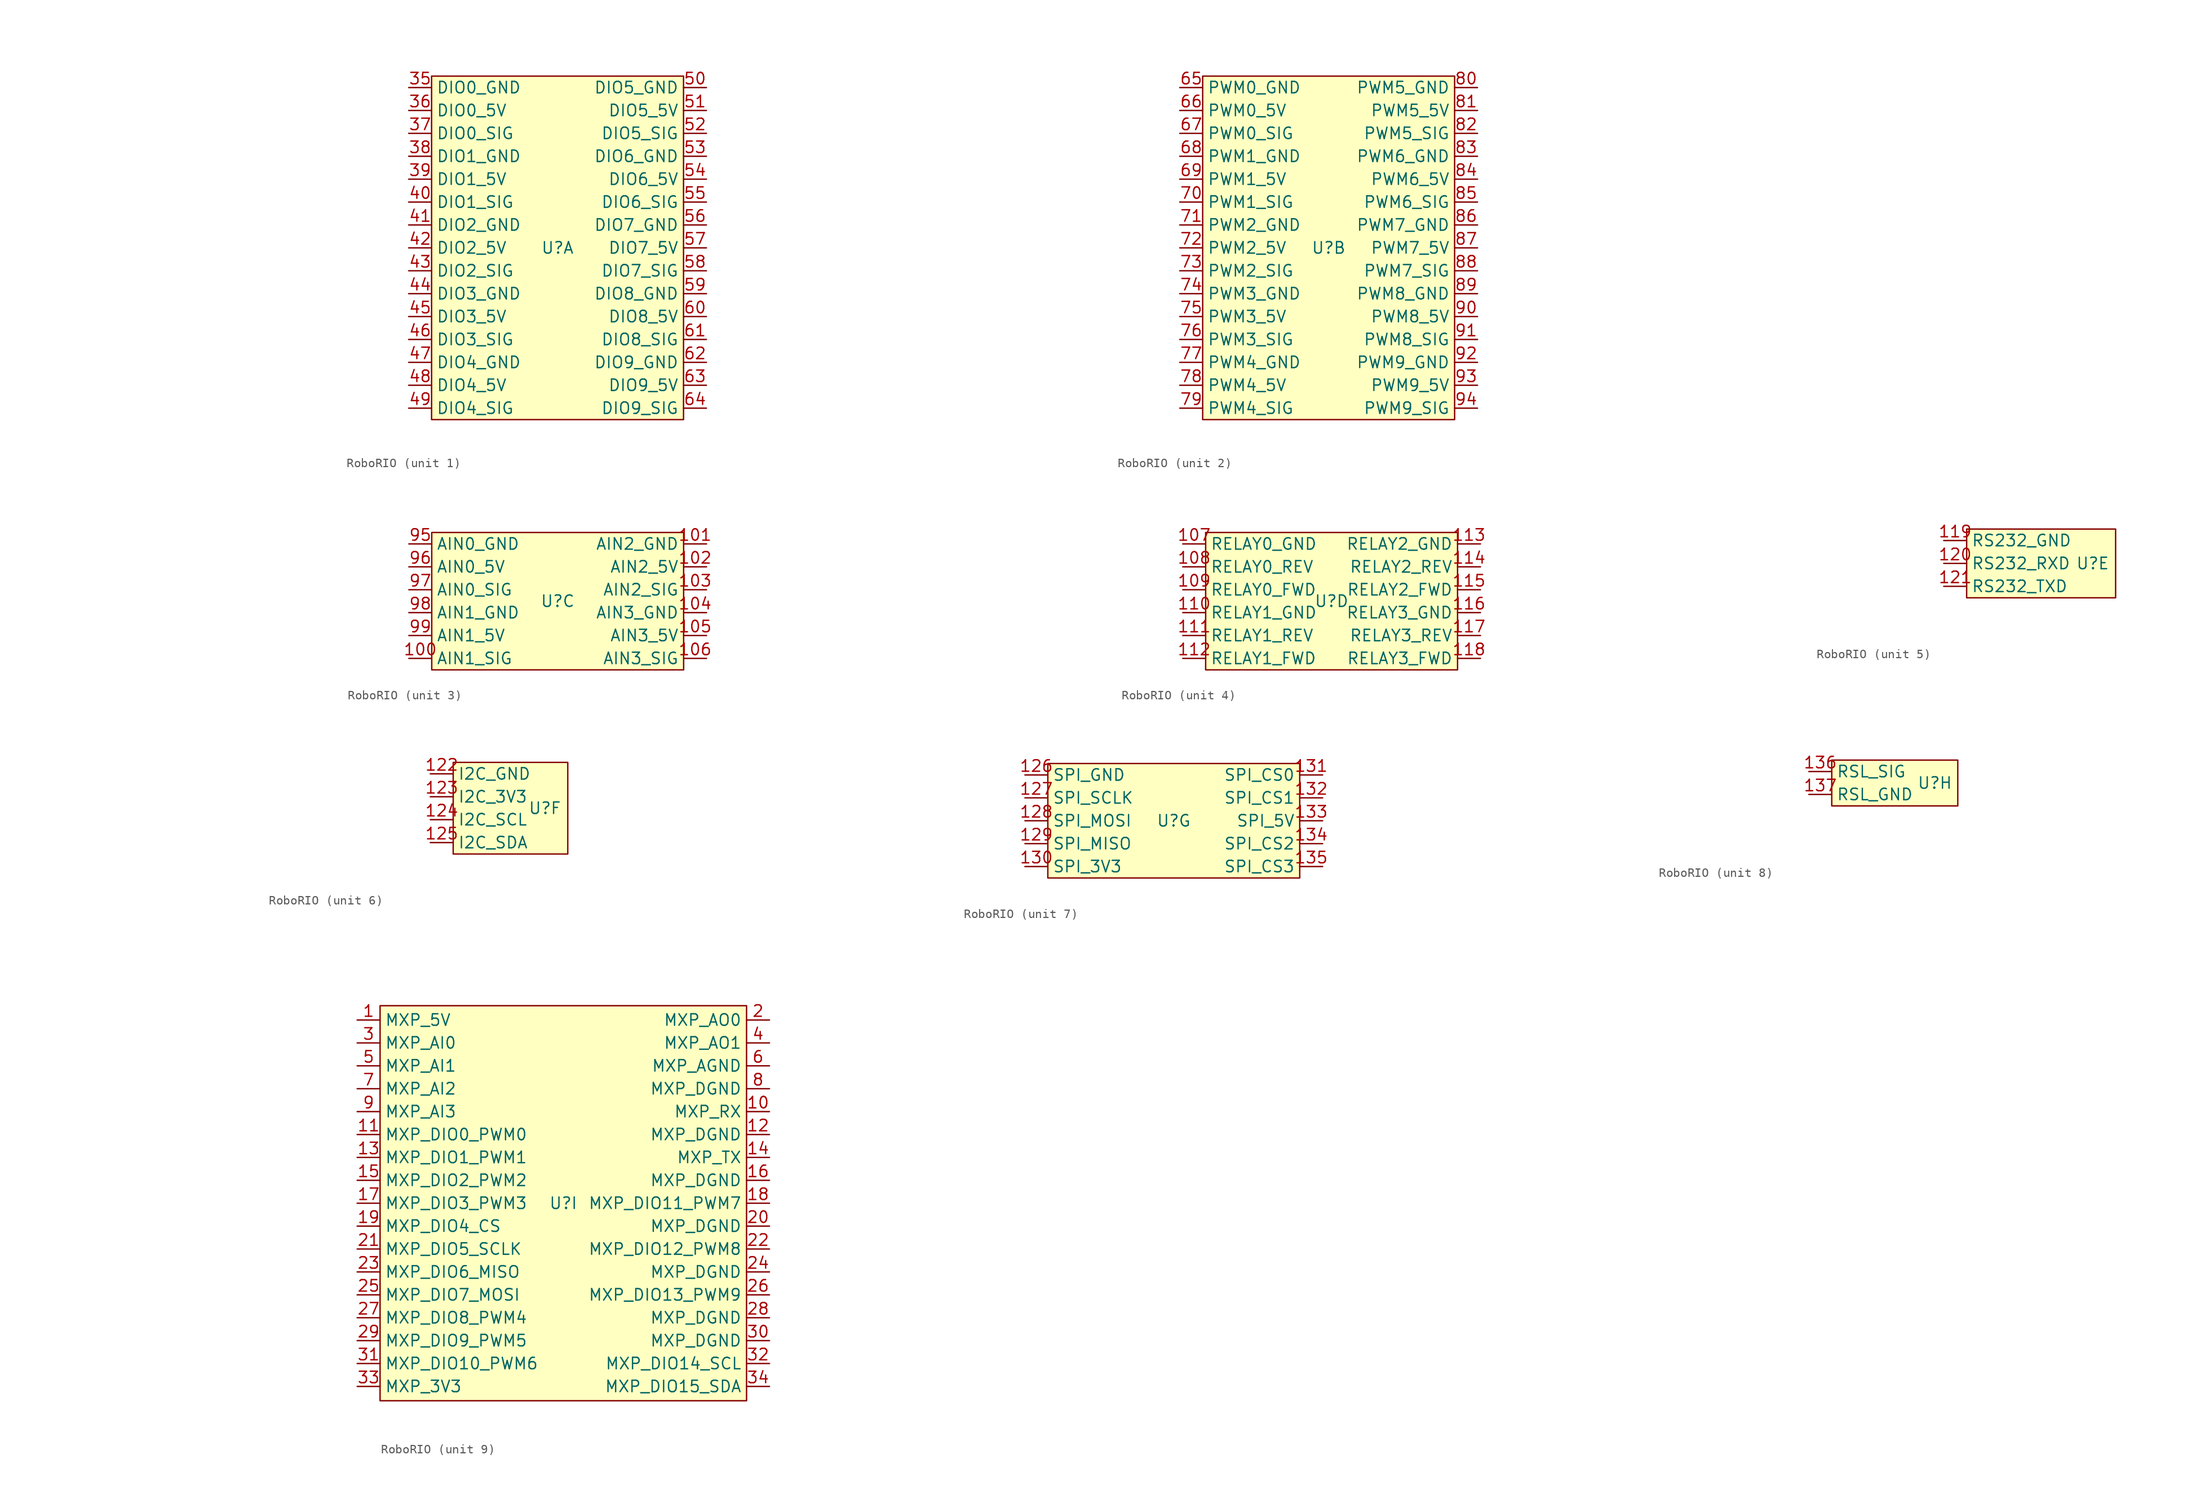
<source format=kicad_sym>
(kicad_symbol_lib
  (version 20241209)
  (generator "kicad_symbol_editor")
  (generator_version "9.0")
  (symbol "RoboRIO"
    (property "Reference" "U"
      (at 0 0 0)
      (effects (font (size 1.27 1.27))))
    (property "Value" ""
      (at -50.8 -7.62 0)
      (effects (font (size 1.27 1.27))))
    (property "ki_locked" ""
      (at 0 0 0)
      (effects (font (size 1.27 1.27))))
    (symbol "RoboRIO_1_1"
      (rectangle (start -13.97 19.05) (end 13.97 -19.05) (stroke (width 0) (type default)) (fill (type background)))
      (pin power_in line (at -16.51 17.78 0) (length 2.54) (name "DIO0_GND" (effects (font (size 1.27 1.27)))) (number "35" (effects (font (size 1.27 1.27)))))
      (pin output line (at -16.51 15.24 0) (length 2.54) (name "DIO0_5V" (effects (font (size 1.27 1.27)))) (number "36" (effects (font (size 1.27 1.27)))))
      (pin tri_state line (at -16.51 12.7 0) (length 2.54) (name "DIO0_SIG" (effects (font (size 1.27 1.27)))) (number "37" (effects (font (size 1.27 1.27)))))
      (pin power_in line (at -16.51 10.16 0) (length 2.54) (name "DIO1_GND" (effects (font (size 1.27 1.27)))) (number "38" (effects (font (size 1.27 1.27)))))
      (pin output line (at -16.51 7.62 0) (length 2.54) (name "DIO1_5V" (effects (font (size 1.27 1.27)))) (number "39" (effects (font (size 1.27 1.27)))))
      (pin tri_state line (at -16.51 5.08 0) (length 2.54) (name "DIO1_SIG" (effects (font (size 1.27 1.27)))) (number "40" (effects (font (size 1.27 1.27)))))
      (pin power_in line (at -16.51 2.54 0) (length 2.54) (name "DIO2_GND" (effects (font (size 1.27 1.27)))) (number "41" (effects (font (size 1.27 1.27)))))
      (pin output line (at -16.51 0 0) (length 2.54) (name "DIO2_5V" (effects (font (size 1.27 1.27)))) (number "42" (effects (font (size 1.27 1.27)))))
      (pin tri_state line (at -16.51 -2.54 0) (length 2.54) (name "DIO2_SIG" (effects (font (size 1.27 1.27)))) (number "43" (effects (font (size 1.27 1.27)))))
      (pin power_in line (at -16.51 -5.08 0) (length 2.54) (name "DIO3_GND" (effects (font (size 1.27 1.27)))) (number "44" (effects (font (size 1.27 1.27)))))
      (pin output line (at -16.51 -7.62 0) (length 2.54) (name "DIO3_5V" (effects (font (size 1.27 1.27)))) (number "45" (effects (font (size 1.27 1.27)))))
      (pin tri_state line (at -16.51 -10.16 0) (length 2.54) (name "DIO3_SIG" (effects (font (size 1.27 1.27)))) (number "46" (effects (font (size 1.27 1.27)))))
      (pin power_in line (at -16.51 -12.7 0) (length 2.54) (name "DIO4_GND" (effects (font (size 1.27 1.27)))) (number "47" (effects (font (size 1.27 1.27)))))
      (pin output line (at -16.51 -15.24 0) (length 2.54) (name "DIO4_5V" (effects (font (size 1.27 1.27)))) (number "48" (effects (font (size 1.27 1.27)))))
      (pin tri_state line (at -16.51 -17.78 0) (length 2.54) (name "DIO4_SIG" (effects (font (size 1.27 1.27)))) (number "49" (effects (font (size 1.27 1.27)))))
      (pin power_in line (at 16.51 17.78 180) (length 2.54) (name "DIO5_GND" (effects (font (size 1.27 1.27)))) (number "50" (effects (font (size 1.27 1.27)))))
      (pin output line (at 16.51 15.24 180) (length 2.54) (name "DIO5_5V" (effects (font (size 1.27 1.27)))) (number "51" (effects (font (size 1.27 1.27)))))
      (pin tri_state line (at 16.51 12.7 180) (length 2.54) (name "DIO5_SIG" (effects (font (size 1.27 1.27)))) (number "52" (effects (font (size 1.27 1.27)))))
      (pin power_in line (at 16.51 10.16 180) (length 2.54) (name "DIO6_GND" (effects (font (size 1.27 1.27)))) (number "53" (effects (font (size 1.27 1.27)))))
      (pin output line (at 16.51 7.62 180) (length 2.54) (name "DIO6_5V" (effects (font (size 1.27 1.27)))) (number "54" (effects (font (size 1.27 1.27)))))
      (pin tri_state line (at 16.51 5.08 180) (length 2.54) (name "DIO6_SIG" (effects (font (size 1.27 1.27)))) (number "55" (effects (font (size 1.27 1.27)))))
      (pin power_in line (at 16.51 2.54 180) (length 2.54) (name "DIO7_GND" (effects (font (size 1.27 1.27)))) (number "56" (effects (font (size 1.27 1.27)))))
      (pin output line (at 16.51 0 180) (length 2.54) (name "DIO7_5V" (effects (font (size 1.27 1.27)))) (number "57" (effects (font (size 1.27 1.27)))))
      (pin tri_state line (at 16.51 -2.54 180) (length 2.54) (name "DIO7_SIG" (effects (font (size 1.27 1.27)))) (number "58" (effects (font (size 1.27 1.27)))))
      (pin power_in line (at 16.51 -5.08 180) (length 2.54) (name "DIO8_GND" (effects (font (size 1.27 1.27)))) (number "59" (effects (font (size 1.27 1.27)))))
      (pin output line (at 16.51 -7.62 180) (length 2.54) (name "DIO8_5V" (effects (font (size 1.27 1.27)))) (number "60" (effects (font (size 1.27 1.27)))))
      (pin tri_state line (at 16.51 -10.16 180) (length 2.54) (name "DIO8_SIG" (effects (font (size 1.27 1.27)))) (number "61" (effects (font (size 1.27 1.27)))))
      (pin power_in line (at 16.51 -12.7 180) (length 2.54) (name "DIO9_GND" (effects (font (size 1.27 1.27)))) (number "62" (effects (font (size 1.27 1.27)))))
      (pin output line (at 16.51 -15.24 180) (length 2.54) (name "DIO9_5V" (effects (font (size 1.27 1.27)))) (number "63" (effects (font (size 1.27 1.27)))))
      (pin tri_state line (at 16.51 -17.78 180) (length 2.54) (name "DIO9_SIG" (effects (font (size 1.27 1.27)))) (number "64" (effects (font (size 1.27 1.27))))))
    (symbol "RoboRIO_2_1"
      (rectangle (start -13.97 19.05) (end 13.97 -19.05) (stroke (width 0) (type default)) (fill (type background)))
      (pin power_in line (at -16.51 17.78 0) (length 2.54) (name "PWM0_GND" (effects (font (size 1.27 1.27)))) (number "65" (effects (font (size 1.27 1.27)))))
      (pin output line (at -16.51 15.24 0) (length 2.54) (name "PWM0_5V" (effects (font (size 1.27 1.27)))) (number "66" (effects (font (size 1.27 1.27)))))
      (pin output line (at -16.51 12.7 0) (length 2.54) (name "PWM0_SIG" (effects (font (size 1.27 1.27)))) (number "67" (effects (font (size 1.27 1.27)))))
      (pin power_in line (at -16.51 10.16 0) (length 2.54) (name "PWM1_GND" (effects (font (size 1.27 1.27)))) (number "68" (effects (font (size 1.27 1.27)))))
      (pin output line (at -16.51 7.62 0) (length 2.54) (name "PWM1_5V" (effects (font (size 1.27 1.27)))) (number "69" (effects (font (size 1.27 1.27)))))
      (pin output line (at -16.51 5.08 0) (length 2.54) (name "PWM1_SIG" (effects (font (size 1.27 1.27)))) (number "70" (effects (font (size 1.27 1.27)))))
      (pin power_in line (at -16.51 2.54 0) (length 2.54) (name "PWM2_GND" (effects (font (size 1.27 1.27)))) (number "71" (effects (font (size 1.27 1.27)))))
      (pin output line (at -16.51 0 0) (length 2.54) (name "PWM2_5V" (effects (font (size 1.27 1.27)))) (number "72" (effects (font (size 1.27 1.27)))))
      (pin output line (at -16.51 -2.54 0) (length 2.54) (name "PWM2_SIG" (effects (font (size 1.27 1.27)))) (number "73" (effects (font (size 1.27 1.27)))))
      (pin power_in line (at -16.51 -5.08 0) (length 2.54) (name "PWM3_GND" (effects (font (size 1.27 1.27)))) (number "74" (effects (font (size 1.27 1.27)))))
      (pin output line (at -16.51 -7.62 0) (length 2.54) (name "PWM3_5V" (effects (font (size 1.27 1.27)))) (number "75" (effects (font (size 1.27 1.27)))))
      (pin output line (at -16.51 -10.16 0) (length 2.54) (name "PWM3_SIG" (effects (font (size 1.27 1.27)))) (number "76" (effects (font (size 1.27 1.27)))))
      (pin power_in line (at -16.51 -12.7 0) (length 2.54) (name "PWM4_GND" (effects (font (size 1.27 1.27)))) (number "77" (effects (font (size 1.27 1.27)))))
      (pin output line (at -16.51 -15.24 0) (length 2.54) (name "PWM4_5V" (effects (font (size 1.27 1.27)))) (number "78" (effects (font (size 1.27 1.27)))))
      (pin output line (at -16.51 -17.78 0) (length 2.54) (name "PWM4_SIG" (effects (font (size 1.27 1.27)))) (number "79" (effects (font (size 1.27 1.27)))))
      (pin power_in line (at 16.51 17.78 180) (length 2.54) (name "PWM5_GND" (effects (font (size 1.27 1.27)))) (number "80" (effects (font (size 1.27 1.27)))))
      (pin output line (at 16.51 15.24 180) (length 2.54) (name "PWM5_5V" (effects (font (size 1.27 1.27)))) (number "81" (effects (font (size 1.27 1.27)))))
      (pin output line (at 16.51 12.7 180) (length 2.54) (name "PWM5_SIG" (effects (font (size 1.27 1.27)))) (number "82" (effects (font (size 1.27 1.27)))))
      (pin power_in line (at 16.51 10.16 180) (length 2.54) (name "PWM6_GND" (effects (font (size 1.27 1.27)))) (number "83" (effects (font (size 1.27 1.27)))))
      (pin output line (at 16.51 7.62 180) (length 2.54) (name "PWM6_5V" (effects (font (size 1.27 1.27)))) (number "84" (effects (font (size 1.27 1.27)))))
      (pin output line (at 16.51 5.08 180) (length 2.54) (name "PWM6_SIG" (effects (font (size 1.27 1.27)))) (number "85" (effects (font (size 1.27 1.27)))))
      (pin power_in line (at 16.51 2.54 180) (length 2.54) (name "PWM7_GND" (effects (font (size 1.27 1.27)))) (number "86" (effects (font (size 1.27 1.27)))))
      (pin output line (at 16.51 0 180) (length 2.54) (name "PWM7_5V" (effects (font (size 1.27 1.27)))) (number "87" (effects (font (size 1.27 1.27)))))
      (pin output line (at 16.51 -2.54 180) (length 2.54) (name "PWM7_SIG" (effects (font (size 1.27 1.27)))) (number "88" (effects (font (size 1.27 1.27)))))
      (pin power_in line (at 16.51 -5.08 180) (length 2.54) (name "PWM8_GND" (effects (font (size 1.27 1.27)))) (number "89" (effects (font (size 1.27 1.27)))))
      (pin output line (at 16.51 -7.62 180) (length 2.54) (name "PWM8_5V" (effects (font (size 1.27 1.27)))) (number "90" (effects (font (size 1.27 1.27)))))
      (pin output line (at 16.51 -10.16 180) (length 2.54) (name "PWM8_SIG" (effects (font (size 1.27 1.27)))) (number "91" (effects (font (size 1.27 1.27)))))
      (pin power_in line (at 16.51 -12.7 180) (length 2.54) (name "PWM9_GND" (effects (font (size 1.27 1.27)))) (number "92" (effects (font (size 1.27 1.27)))))
      (pin output line (at 16.51 -15.24 180) (length 2.54) (name "PWM9_5V" (effects (font (size 1.27 1.27)))) (number "93" (effects (font (size 1.27 1.27)))))
      (pin output line (at 16.51 -17.78 180) (length 2.54) (name "PWM9_SIG" (effects (font (size 1.27 1.27)))) (number "94" (effects (font (size 1.27 1.27))))))
    (symbol "RoboRIO_3_1"
      (rectangle (start -13.97 7.62) (end 13.97 -7.62) (stroke (width 0) (type default)) (fill (type background)))
      (pin power_in line (at -16.51 6.35 0) (length 2.54) (name "AIN0_GND" (effects (font (size 1.27 1.27)))) (number "95" (effects (font (size 1.27 1.27)))))
      (pin output line (at -16.51 3.81 0) (length 2.54) (name "AIN0_5V" (effects (font (size 1.27 1.27)))) (number "96" (effects (font (size 1.27 1.27)))))
      (pin input line (at -16.51 1.27 0) (length 2.54) (name "AIN0_SIG" (effects (font (size 1.27 1.27)))) (number "97" (effects (font (size 1.27 1.27)))))
      (pin power_in line (at -16.51 -1.27 0) (length 2.54) (name "AIN1_GND" (effects (font (size 1.27 1.27)))) (number "98" (effects (font (size 1.27 1.27)))))
      (pin output line (at -16.51 -3.81 0) (length 2.54) (name "AIN1_5V" (effects (font (size 1.27 1.27)))) (number "99" (effects (font (size 1.27 1.27)))))
      (pin input line (at -16.51 -6.35 0) (length 2.54) (name "AIN1_SIG" (effects (font (size 1.27 1.27)))) (number "100" (effects (font (size 1.27 1.27)))))
      (pin power_in line (at 16.51 6.35 180) (length 2.54) (name "AIN2_GND" (effects (font (size 1.27 1.27)))) (number "101" (effects (font (size 1.27 1.27)))))
      (pin output line (at 16.51 3.81 180) (length 2.54) (name "AIN2_5V" (effects (font (size 1.27 1.27)))) (number "102" (effects (font (size 1.27 1.27)))))
      (pin input line (at 16.51 1.27 180) (length 2.54) (name "AIN2_SIG" (effects (font (size 1.27 1.27)))) (number "103" (effects (font (size 1.27 1.27)))))
      (pin power_in line (at 16.51 -1.27 180) (length 2.54) (name "AIN3_GND" (effects (font (size 1.27 1.27)))) (number "104" (effects (font (size 1.27 1.27)))))
      (pin output line (at 16.51 -3.81 180) (length 2.54) (name "AIN3_5V" (effects (font (size 1.27 1.27)))) (number "105" (effects (font (size 1.27 1.27)))))
      (pin input line (at 16.51 -6.35 180) (length 2.54) (name "AIN3_SIG" (effects (font (size 1.27 1.27)))) (number "106" (effects (font (size 1.27 1.27))))))
    (symbol "RoboRIO_4_1"
      (rectangle (start -13.97 7.62) (end 13.97 -7.62) (stroke (width 0) (type default)) (fill (type background)))
      (pin power_in line (at -16.51 6.35 0) (length 2.54) (name "RELAY0_GND" (effects (font (size 1.27 1.27)))) (number "107" (effects (font (size 1.27 1.27)))))
      (pin output line (at -16.51 3.81 0) (length 2.54) (name "RELAY0_REV" (effects (font (size 1.27 1.27)))) (number "108" (effects (font (size 1.27 1.27)))))
      (pin output line (at -16.51 1.27 0) (length 2.54) (name "RELAY0_FWD" (effects (font (size 1.27 1.27)))) (number "109" (effects (font (size 1.27 1.27)))))
      (pin power_in line (at -16.51 -1.27 0) (length 2.54) (name "RELAY1_GND" (effects (font (size 1.27 1.27)))) (number "110" (effects (font (size 1.27 1.27)))))
      (pin output line (at -16.51 -3.81 0) (length 2.54) (name "RELAY1_REV" (effects (font (size 1.27 1.27)))) (number "111" (effects (font (size 1.27 1.27)))))
      (pin output line (at -16.51 -6.35 0) (length 2.54) (name "RELAY1_FWD" (effects (font (size 1.27 1.27)))) (number "112" (effects (font (size 1.27 1.27)))))
      (pin power_in line (at 16.51 6.35 180) (length 2.54) (name "RELAY2_GND" (effects (font (size 1.27 1.27)))) (number "113" (effects (font (size 1.27 1.27)))))
      (pin output line (at 16.51 3.81 180) (length 2.54) (name "RELAY2_REV" (effects (font (size 1.27 1.27)))) (number "114" (effects (font (size 1.27 1.27)))))
      (pin output line (at 16.51 1.27 180) (length 2.54) (name "RELAY2_FWD" (effects (font (size 1.27 1.27)))) (number "115" (effects (font (size 1.27 1.27)))))
      (pin power_in line (at 16.51 -1.27 180) (length 2.54) (name "RELAY3_GND" (effects (font (size 1.27 1.27)))) (number "116" (effects (font (size 1.27 1.27)))))
      (pin output line (at 16.51 -3.81 180) (length 2.54) (name "RELAY3_REV" (effects (font (size 1.27 1.27)))) (number "117" (effects (font (size 1.27 1.27)))))
      (pin output line (at 16.51 -6.35 180) (length 2.54) (name "RELAY3_FWD" (effects (font (size 1.27 1.27)))) (number "118" (effects (font (size 1.27 1.27))))))
    (symbol "RoboRIO_5_1"
      (rectangle (start -13.97 3.81) (end 2.54 -3.81) (stroke (width 0) (type default)) (fill (type background)))
      (pin power_in line (at -16.51 2.54 0) (length 2.54) (name "RS232_GND" (effects (font (size 1.27 1.27)))) (number "119" (effects (font (size 1.27 1.27)))))
      (pin output line (at -16.51 0 0) (length 2.54) (name "RS232_RXD" (effects (font (size 1.27 1.27)))) (number "120" (effects (font (size 1.27 1.27)))))
      (pin input line (at -16.51 -2.54 0) (length 2.54) (name "RS232_TXD" (effects (font (size 1.27 1.27)))) (number "121" (effects (font (size 1.27 1.27))))))
    (symbol "RoboRIO_6_1"
      (rectangle (start -10.16 5.08) (end 2.54 -5.08) (stroke (width 0) (type default)) (fill (type background)))
      (pin power_in line (at -12.7 3.81 0) (length 2.54) (name "I2C_GND" (effects (font (size 1.27 1.27)))) (number "122" (effects (font (size 1.27 1.27)))))
      (pin power_out line (at -12.7 1.27 0) (length 2.54) (name "I2C_3V3" (effects (font (size 1.27 1.27)))) (number "123" (effects (font (size 1.27 1.27)))))
      (pin open_collector line (at -12.7 -1.27 0) (length 2.54) (name "I2C_SCL" (effects (font (size 1.27 1.27)))) (number "124" (effects (font (size 1.27 1.27)))))
      (pin open_collector line (at -12.7 -3.81 0) (length 2.54) (name "I2C_SDA" (effects (font (size 1.27 1.27)))) (number "125" (effects (font (size 1.27 1.27))))))
    (symbol "RoboRIO_7_1"
      (rectangle (start -13.97 6.35) (end 13.97 -6.35) (stroke (width 0) (type default)) (fill (type background)))
      (pin power_in line (at -16.51 5.08 0) (length 2.54) (name "SPI_GND" (effects (font (size 1.27 1.27)))) (number "126" (effects (font (size 1.27 1.27)))))
      (pin output line (at -16.51 2.54 0) (length 2.54) (name "SPI_SCLK" (effects (font (size 1.27 1.27)))) (number "127" (effects (font (size 1.27 1.27)))))
      (pin output line (at -16.51 0 0) (length 2.54) (name "SPI_MOSI" (effects (font (size 1.27 1.27)))) (number "128" (effects (font (size 1.27 1.27)))))
      (pin output line (at -16.51 -2.54 0) (length 2.54) (name "SPI_MISO" (effects (font (size 1.27 1.27)))) (number "129" (effects (font (size 1.27 1.27)))))
      (pin power_out line (at -16.51 -5.08 0) (length 2.54) (name "SPI_3V3" (effects (font (size 1.27 1.27)))) (number "130" (effects (font (size 1.27 1.27)))))
      (pin output line (at 16.51 5.08 180) (length 2.54) (name "SPI_CS0" (effects (font (size 1.27 1.27)))) (number "131" (effects (font (size 1.27 1.27)))))
      (pin output line (at 16.51 2.54 180) (length 2.54) (name "SPI_CS1" (effects (font (size 1.27 1.27)))) (number "132" (effects (font (size 1.27 1.27)))))
      (pin power_out line (at 16.51 0 180) (length 2.54) (name "SPI_5V" (effects (font (size 1.27 1.27)))) (number "133" (effects (font (size 1.27 1.27)))))
      (pin output line (at 16.51 -2.54 180) (length 2.54) (name "SPI_CS2" (effects (font (size 1.27 1.27)))) (number "134" (effects (font (size 1.27 1.27)))))
      (pin output line (at 16.51 -5.08 180) (length 2.54) (name "SPI_CS3" (effects (font (size 1.27 1.27)))) (number "135" (effects (font (size 1.27 1.27))))))
    (symbol "RoboRIO_8_1"
      (rectangle (start -11.43 2.54) (end 2.54 -2.54) (stroke (width 0) (type default)) (fill (type background)))
      (pin power_out line (at -13.97 1.27 0) (length 2.54) (name "RSL_SIG" (effects (font (size 1.27 1.27)))) (number "136" (effects (font (size 1.27 1.27)))))
      (pin power_out line (at -13.97 -1.27 0) (length 2.54) (name "RSL_GND" (effects (font (size 1.27 1.27)))) (number "137" (effects (font (size 1.27 1.27))))))
    (symbol "RoboRIO_9_1"
      (rectangle (start -20.32 21.907) (end 20.32 -21.907) (stroke (width 0) (type default)) (fill (type background)))
      (pin power_out line (at -22.86 20.32 0) (length 2.54) (name "MXP_5V" (effects (font (size 1.27 1.27)))) (number "1" (effects (font (size 1.27 1.27)))))
      (pin input line (at -22.86 17.78 0) (length 2.54) (name "MXP_AI0" (effects (font (size 1.27 1.27)))) (number "3" (effects (font (size 1.27 1.27)))))
      (pin input line (at -22.86 15.24 0) (length 2.54) (name "MXP_AI1" (effects (font (size 1.27 1.27)))) (number "5" (effects (font (size 1.27 1.27)))))
      (pin input line (at -22.86 12.7 0) (length 2.54) (name "MXP_AI2" (effects (font (size 1.27 1.27)))) (number "7" (effects (font (size 1.27 1.27)))))
      (pin input line (at -22.86 10.16 0) (length 2.54) (name "MXP_AI3" (effects (font (size 1.27 1.27)))) (number "9" (effects (font (size 1.27 1.27)))))
      (pin tri_state line (at -22.86 7.62 0) (length 2.54) (name "MXP_DIO0_PWM0" (effects (font (size 1.27 1.27)))) (number "11" (effects (font (size 1.27 1.27)))))
      (pin tri_state line (at -22.86 5.08 0) (length 2.54) (name "MXP_DIO1_PWM1" (effects (font (size 1.27 1.27)))) (number "13" (effects (font (size 1.27 1.27)))))
      (pin tri_state line (at -22.86 2.54 0) (length 2.54) (name "MXP_DIO2_PWM2" (effects (font (size 1.27 1.27)))) (number "15" (effects (font (size 1.27 1.27)))))
      (pin tri_state line (at -22.86 0 0) (length 2.54) (name "MXP_DIO3_PWM3" (effects (font (size 1.27 1.27)))) (number "17" (effects (font (size 1.27 1.27)))))
      (pin tri_state line (at -22.86 -2.54 0) (length 2.54) (name "MXP_DIO4_CS" (effects (font (size 1.27 1.27)))) (number "19" (effects (font (size 1.27 1.27)))))
      (pin tri_state line (at -22.86 -5.08 0) (length 2.54) (name "MXP_DIO5_SCLK" (effects (font (size 1.27 1.27)))) (number "21" (effects (font (size 1.27 1.27)))))
      (pin tri_state line (at -22.86 -7.62 0) (length 2.54) (name "MXP_DIO6_MISO" (effects (font (size 1.27 1.27)))) (number "23" (effects (font (size 1.27 1.27)))))
      (pin tri_state line (at -22.86 -10.16 0) (length 2.54) (name "MXP_DIO7_MOSI" (effects (font (size 1.27 1.27)))) (number "25" (effects (font (size 1.27 1.27)))))
      (pin tri_state line (at -22.86 -12.7 0) (length 2.54) (name "MXP_DIO8_PWM4" (effects (font (size 1.27 1.27)))) (number "27" (effects (font (size 1.27 1.27)))))
      (pin tri_state line (at -22.86 -15.24 0) (length 2.54) (name "MXP_DIO9_PWM5" (effects (font (size 1.27 1.27)))) (number "29" (effects (font (size 1.27 1.27)))))
      (pin tri_state line (at -22.86 -17.78 0) (length 2.54) (name "MXP_DIO10_PWM6" (effects (font (size 1.27 1.27)))) (number "31" (effects (font (size 1.27 1.27)))))
      (pin power_out line (at -22.86 -20.32 0) (length 2.54) (name "MXP_3V3" (effects (font (size 1.27 1.27)))) (number "33" (effects (font (size 1.27 1.27)))))
      (pin output line (at 22.86 20.32 180) (length 2.54) (name "MXP_AO0" (effects (font (size 1.27 1.27)))) (number "2" (effects (font (size 1.27 1.27)))))
      (pin output line (at 22.86 17.78 180) (length 2.54) (name "MXP_AO1" (effects (font (size 1.27 1.27)))) (number "4" (effects (font (size 1.27 1.27)))))
      (pin input line (at 22.86 15.24 180) (length 2.54) (name "MXP_AGND" (effects (font (size 1.27 1.27)))) (number "6" (effects (font (size 1.27 1.27)))))
      (pin power_in line (at 22.86 12.7 180) (length 2.54) (name "MXP_DGND" (effects (font (size 1.27 1.27)))) (number "8" (effects (font (size 1.27 1.27)))))
      (pin input line (at 22.86 10.16 180) (length 2.54) (name "MXP_RX" (effects (font (size 1.27 1.27)))) (number "10" (effects (font (size 1.27 1.27)))))
      (pin power_in line (at 22.86 7.62 180) (length 2.54) (name "MXP_DGND" (effects (font (size 1.27 1.27)))) (number "12" (effects (font (size 1.27 1.27)))))
      (pin output line (at 22.86 5.08 180) (length 2.54) (name "MXP_TX" (effects (font (size 1.27 1.27)))) (number "14" (effects (font (size 1.27 1.27)))))
      (pin power_in line (at 22.86 2.54 180) (length 2.54) (name "MXP_DGND" (effects (font (size 1.27 1.27)))) (number "16" (effects (font (size 1.27 1.27)))))
      (pin tri_state line (at 22.86 0 180) (length 2.54) (name "MXP_DIO11_PWM7" (effects (font (size 1.27 1.27)))) (number "18" (effects (font (size 1.27 1.27)))))
      (pin power_in line (at 22.86 -2.54 180) (length 2.54) (name "MXP_DGND" (effects (font (size 1.27 1.27)))) (number "20" (effects (font (size 1.27 1.27)))))
      (pin tri_state line (at 22.86 -5.08 180) (length 2.54) (name "MXP_DIO12_PWM8" (effects (font (size 1.27 1.27)))) (number "22" (effects (font (size 1.27 1.27)))))
      (pin power_in line (at 22.86 -7.62 180) (length 2.54) (name "MXP_DGND" (effects (font (size 1.27 1.27)))) (number "24" (effects (font (size 1.27 1.27)))))
      (pin tri_state line (at 22.86 -10.16 180) (length 2.54) (name "MXP_DIO13_PWM9" (effects (font (size 1.27 1.27)))) (number "26" (effects (font (size 1.27 1.27)))))
      (pin power_in line (at 22.86 -12.7 180) (length 2.54) (name "MXP_DGND" (effects (font (size 1.27 1.27)))) (number "28" (effects (font (size 1.27 1.27)))))
      (pin power_in line (at 22.86 -15.24 180) (length 2.54) (name "MXP_DGND" (effects (font (size 1.27 1.27)))) (number "30" (effects (font (size 1.27 1.27)))))
      (pin tri_state line (at 22.86 -17.78 180) (length 2.54) (name "MXP_DIO14_SCL" (effects (font (size 1.27 1.27)))) (number "32" (effects (font (size 1.27 1.27)))))
      (pin tri_state line (at 22.86 -20.32 180) (length 2.54) (name "MXP_DIO15_SDA" (effects (font (size 1.27 1.27)))) (number "34" (effects (font (size 1.27 1.27))))))))
</source>
